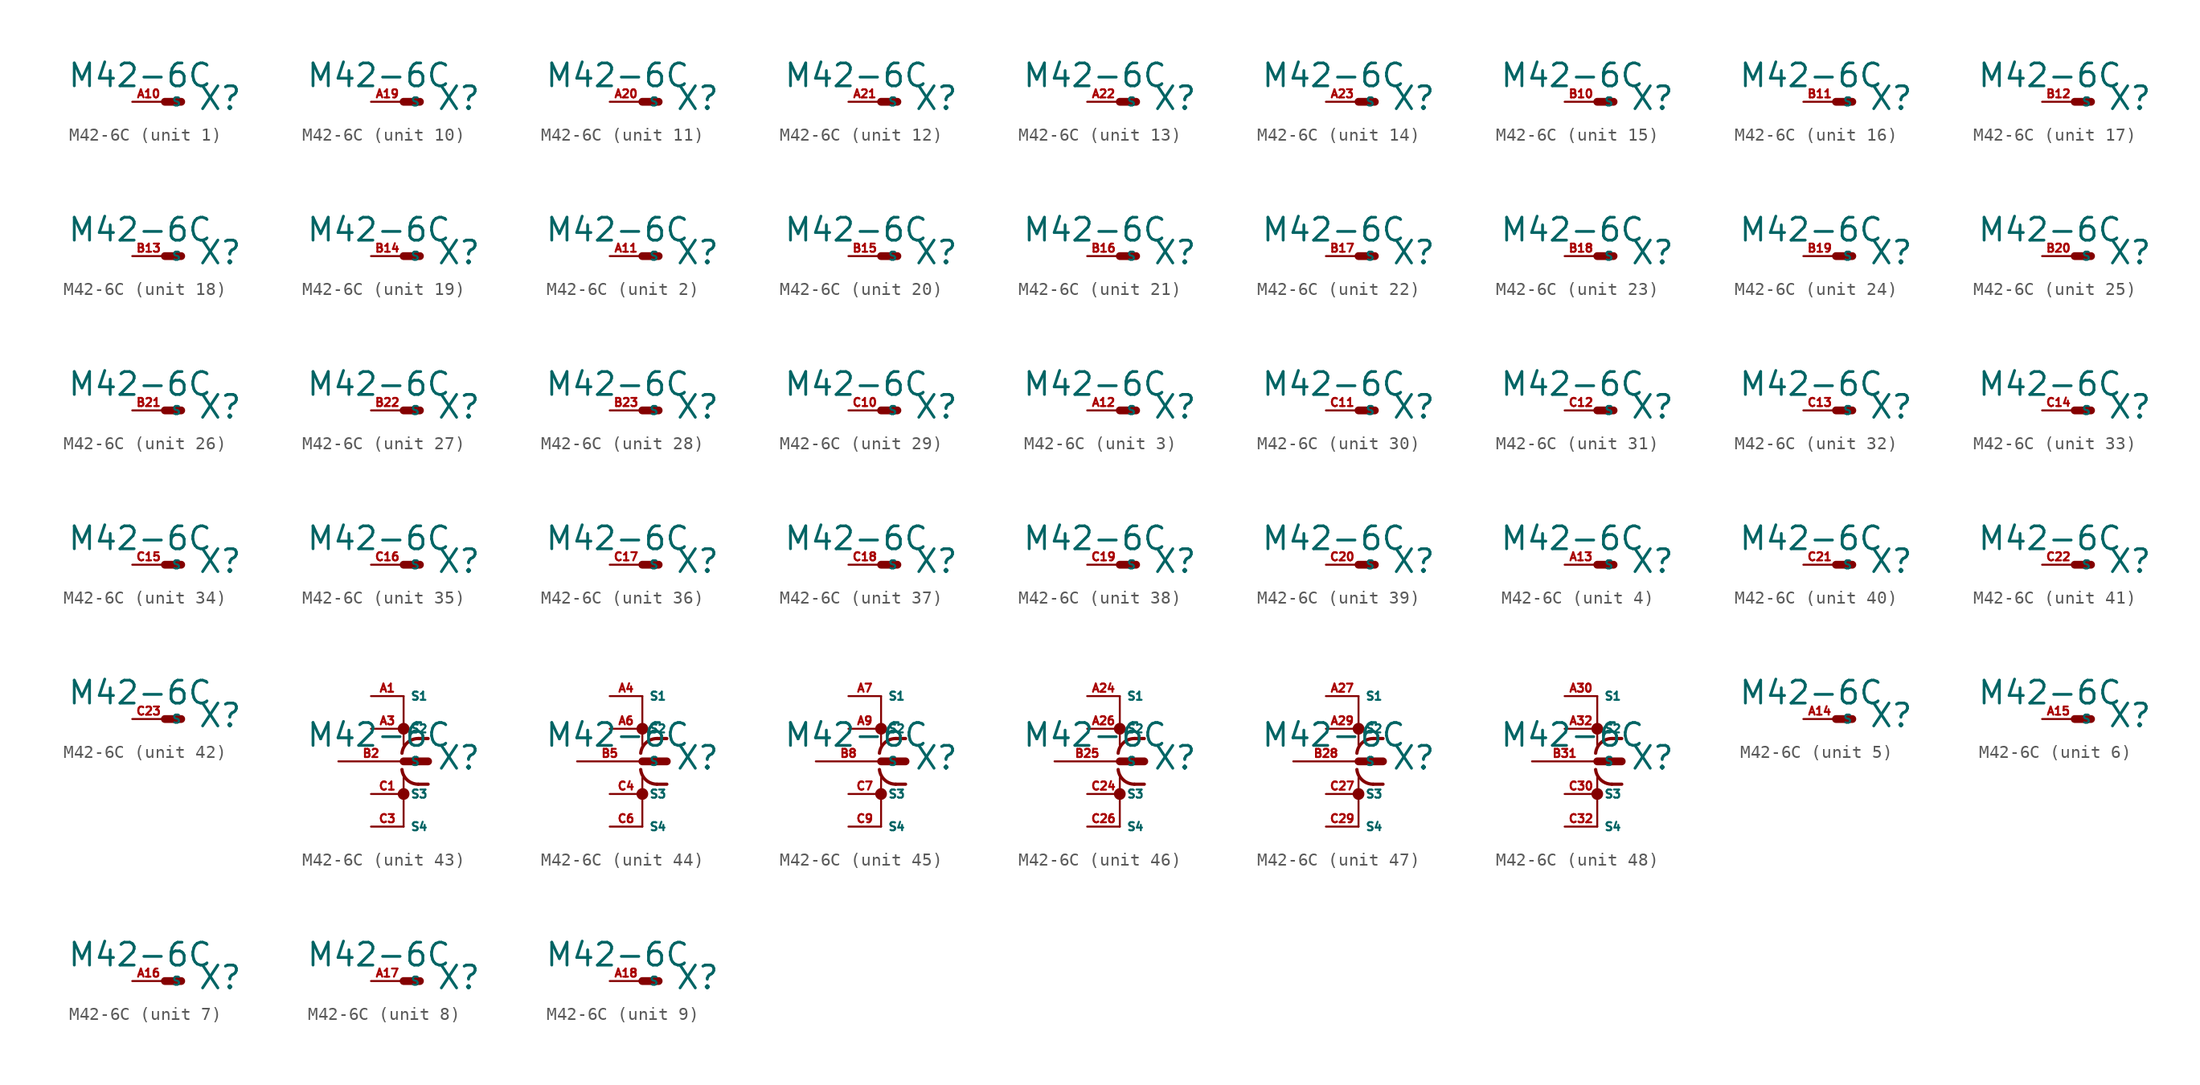
<source format=kicad_sym>
(kicad_symbol_lib
  (version 20220914)
  (generator Eagle2Kicad)
  (symbol "M42-6C"
    (property "Reference" "X"
      (at 2.54 -0.762 0)
      (effects (font (size 1.778 1.778) (thickness 0.22)) (justify left bottom)))
    (property "Value" "M42-6C"
      (at -7.62 1.016 0)
      (effects (font (size 1.778 1.778) (thickness 0.22)) (justify left bottom)))
    (symbol "M42-6C_1_0"
      (polyline (pts (xy 0 0) (xy 1.27 0)) (stroke (width 0.61) (type default)) (fill (type none)))
      (pin passive line (at -2.54 0 0) (length 2.54) (name "S" (effects (font (size 0.635 0.635) (thickness 0.08)) (justify left bottom))) (number "A10" (effects (font (size 0.635 0.635) (thickness 0.08)) (justify left bottom)))))
    (symbol "M42-6C_2_0"
      (polyline (pts (xy 0 0) (xy 1.27 0)) (stroke (width 0.61) (type default)) (fill (type none)))
      (pin passive line (at -2.54 0 0) (length 2.54) (name "S" (effects (font (size 0.635 0.635) (thickness 0.08)) (justify left bottom))) (number "A11" (effects (font (size 0.635 0.635) (thickness 0.08)) (justify left bottom)))))
    (symbol "M42-6C_3_0"
      (polyline (pts (xy 0 0) (xy 1.27 0)) (stroke (width 0.61) (type default)) (fill (type none)))
      (pin passive line (at -2.54 0 0) (length 2.54) (name "S" (effects (font (size 0.635 0.635) (thickness 0.08)) (justify left bottom))) (number "A12" (effects (font (size 0.635 0.635) (thickness 0.08)) (justify left bottom)))))
    (symbol "M42-6C_4_0"
      (polyline (pts (xy 0 0) (xy 1.27 0)) (stroke (width 0.61) (type default)) (fill (type none)))
      (pin passive line (at -2.54 0 0) (length 2.54) (name "S" (effects (font (size 0.635 0.635) (thickness 0.08)) (justify left bottom))) (number "A13" (effects (font (size 0.635 0.635) (thickness 0.08)) (justify left bottom)))))
    (symbol "M42-6C_5_0"
      (polyline (pts (xy 0 0) (xy 1.27 0)) (stroke (width 0.61) (type default)) (fill (type none)))
      (pin passive line (at -2.54 0 0) (length 2.54) (name "S" (effects (font (size 0.635 0.635) (thickness 0.08)) (justify left bottom))) (number "A14" (effects (font (size 0.635 0.635) (thickness 0.08)) (justify left bottom)))))
    (symbol "M42-6C_6_0"
      (polyline (pts (xy 0 0) (xy 1.27 0)) (stroke (width 0.61) (type default)) (fill (type none)))
      (pin passive line (at -2.54 0 0) (length 2.54) (name "S" (effects (font (size 0.635 0.635) (thickness 0.08)) (justify left bottom))) (number "A15" (effects (font (size 0.635 0.635) (thickness 0.08)) (justify left bottom)))))
    (symbol "M42-6C_7_0"
      (polyline (pts (xy 0 0) (xy 1.27 0)) (stroke (width 0.61) (type default)) (fill (type none)))
      (pin passive line (at -2.54 0 0) (length 2.54) (name "S" (effects (font (size 0.635 0.635) (thickness 0.08)) (justify left bottom))) (number "A16" (effects (font (size 0.635 0.635) (thickness 0.08)) (justify left bottom)))))
    (symbol "M42-6C_8_0"
      (polyline (pts (xy 0 0) (xy 1.27 0)) (stroke (width 0.61) (type default)) (fill (type none)))
      (pin passive line (at -2.54 0 0) (length 2.54) (name "S" (effects (font (size 0.635 0.635) (thickness 0.08)) (justify left bottom))) (number "A17" (effects (font (size 0.635 0.635) (thickness 0.08)) (justify left bottom)))))
    (symbol "M42-6C_9_0"
      (polyline (pts (xy 0 0) (xy 1.27 0)) (stroke (width 0.61) (type default)) (fill (type none)))
      (pin passive line (at -2.54 0 0) (length 2.54) (name "S" (effects (font (size 0.635 0.635) (thickness 0.08)) (justify left bottom))) (number "A18" (effects (font (size 0.635 0.635) (thickness 0.08)) (justify left bottom)))))
    (symbol "M42-6C_10_0"
      (polyline (pts (xy 0 0) (xy 1.27 0)) (stroke (width 0.61) (type default)) (fill (type none)))
      (pin passive line (at -2.54 0 0) (length 2.54) (name "S" (effects (font (size 0.635 0.635) (thickness 0.08)) (justify left bottom))) (number "A19" (effects (font (size 0.635 0.635) (thickness 0.08)) (justify left bottom)))))
    (symbol "M42-6C_11_0"
      (polyline (pts (xy 0 0) (xy 1.27 0)) (stroke (width 0.61) (type default)) (fill (type none)))
      (pin passive line (at -2.54 0 0) (length 2.54) (name "S" (effects (font (size 0.635 0.635) (thickness 0.08)) (justify left bottom))) (number "A20" (effects (font (size 0.635 0.635) (thickness 0.08)) (justify left bottom)))))
    (symbol "M42-6C_12_0"
      (polyline (pts (xy 0 0) (xy 1.27 0)) (stroke (width 0.61) (type default)) (fill (type none)))
      (pin passive line (at -2.54 0 0) (length 2.54) (name "S" (effects (font (size 0.635 0.635) (thickness 0.08)) (justify left bottom))) (number "A21" (effects (font (size 0.635 0.635) (thickness 0.08)) (justify left bottom)))))
    (symbol "M42-6C_13_0"
      (polyline (pts (xy 0 0) (xy 1.27 0)) (stroke (width 0.61) (type default)) (fill (type none)))
      (pin passive line (at -2.54 0 0) (length 2.54) (name "S" (effects (font (size 0.635 0.635) (thickness 0.08)) (justify left bottom))) (number "A22" (effects (font (size 0.635 0.635) (thickness 0.08)) (justify left bottom)))))
    (symbol "M42-6C_14_0"
      (polyline (pts (xy 0 0) (xy 1.27 0)) (stroke (width 0.61) (type default)) (fill (type none)))
      (pin passive line (at -2.54 0 0) (length 2.54) (name "S" (effects (font (size 0.635 0.635) (thickness 0.08)) (justify left bottom))) (number "A23" (effects (font (size 0.635 0.635) (thickness 0.08)) (justify left bottom)))))
    (symbol "M42-6C_15_0"
      (polyline (pts (xy 0 0) (xy 1.27 0)) (stroke (width 0.61) (type default)) (fill (type none)))
      (pin passive line (at -2.54 0 0) (length 2.54) (name "S" (effects (font (size 0.635 0.635) (thickness 0.08)) (justify left bottom))) (number "B10" (effects (font (size 0.635 0.635) (thickness 0.08)) (justify left bottom)))))
    (symbol "M42-6C_16_0"
      (polyline (pts (xy 0 0) (xy 1.27 0)) (stroke (width 0.61) (type default)) (fill (type none)))
      (pin passive line (at -2.54 0 0) (length 2.54) (name "S" (effects (font (size 0.635 0.635) (thickness 0.08)) (justify left bottom))) (number "B11" (effects (font (size 0.635 0.635) (thickness 0.08)) (justify left bottom)))))
    (symbol "M42-6C_17_0"
      (polyline (pts (xy 0 0) (xy 1.27 0)) (stroke (width 0.61) (type default)) (fill (type none)))
      (pin passive line (at -2.54 0 0) (length 2.54) (name "S" (effects (font (size 0.635 0.635) (thickness 0.08)) (justify left bottom))) (number "B12" (effects (font (size 0.635 0.635) (thickness 0.08)) (justify left bottom)))))
    (symbol "M42-6C_18_0"
      (polyline (pts (xy 0 0) (xy 1.27 0)) (stroke (width 0.61) (type default)) (fill (type none)))
      (pin passive line (at -2.54 0 0) (length 2.54) (name "S" (effects (font (size 0.635 0.635) (thickness 0.08)) (justify left bottom))) (number "B13" (effects (font (size 0.635 0.635) (thickness 0.08)) (justify left bottom)))))
    (symbol "M42-6C_19_0"
      (polyline (pts (xy 0 0) (xy 1.27 0)) (stroke (width 0.61) (type default)) (fill (type none)))
      (pin passive line (at -2.54 0 0) (length 2.54) (name "S" (effects (font (size 0.635 0.635) (thickness 0.08)) (justify left bottom))) (number "B14" (effects (font (size 0.635 0.635) (thickness 0.08)) (justify left bottom)))))
    (symbol "M42-6C_20_0"
      (polyline (pts (xy 0 0) (xy 1.27 0)) (stroke (width 0.61) (type default)) (fill (type none)))
      (pin passive line (at -2.54 0 0) (length 2.54) (name "S" (effects (font (size 0.635 0.635) (thickness 0.08)) (justify left bottom))) (number "B15" (effects (font (size 0.635 0.635) (thickness 0.08)) (justify left bottom)))))
    (symbol "M42-6C_21_0"
      (polyline (pts (xy 0 0) (xy 1.27 0)) (stroke (width 0.61) (type default)) (fill (type none)))
      (pin passive line (at -2.54 0 0) (length 2.54) (name "S" (effects (font (size 0.635 0.635) (thickness 0.08)) (justify left bottom))) (number "B16" (effects (font (size 0.635 0.635) (thickness 0.08)) (justify left bottom)))))
    (symbol "M42-6C_22_0"
      (polyline (pts (xy 0 0) (xy 1.27 0)) (stroke (width 0.61) (type default)) (fill (type none)))
      (pin passive line (at -2.54 0 0) (length 2.54) (name "S" (effects (font (size 0.635 0.635) (thickness 0.08)) (justify left bottom))) (number "B17" (effects (font (size 0.635 0.635) (thickness 0.08)) (justify left bottom)))))
    (symbol "M42-6C_23_0"
      (polyline (pts (xy 0 0) (xy 1.27 0)) (stroke (width 0.61) (type default)) (fill (type none)))
      (pin passive line (at -2.54 0 0) (length 2.54) (name "S" (effects (font (size 0.635 0.635) (thickness 0.08)) (justify left bottom))) (number "B18" (effects (font (size 0.635 0.635) (thickness 0.08)) (justify left bottom)))))
    (symbol "M42-6C_24_0"
      (polyline (pts (xy 0 0) (xy 1.27 0)) (stroke (width 0.61) (type default)) (fill (type none)))
      (pin passive line (at -2.54 0 0) (length 2.54) (name "S" (effects (font (size 0.635 0.635) (thickness 0.08)) (justify left bottom))) (number "B19" (effects (font (size 0.635 0.635) (thickness 0.08)) (justify left bottom)))))
    (symbol "M42-6C_25_0"
      (polyline (pts (xy 0 0) (xy 1.27 0)) (stroke (width 0.61) (type default)) (fill (type none)))
      (pin passive line (at -2.54 0 0) (length 2.54) (name "S" (effects (font (size 0.635 0.635) (thickness 0.08)) (justify left bottom))) (number "B20" (effects (font (size 0.635 0.635) (thickness 0.08)) (justify left bottom)))))
    (symbol "M42-6C_26_0"
      (polyline (pts (xy 0 0) (xy 1.27 0)) (stroke (width 0.61) (type default)) (fill (type none)))
      (pin passive line (at -2.54 0 0) (length 2.54) (name "S" (effects (font (size 0.635 0.635) (thickness 0.08)) (justify left bottom))) (number "B21" (effects (font (size 0.635 0.635) (thickness 0.08)) (justify left bottom)))))
    (symbol "M42-6C_27_0"
      (polyline (pts (xy 0 0) (xy 1.27 0)) (stroke (width 0.61) (type default)) (fill (type none)))
      (pin passive line (at -2.54 0 0) (length 2.54) (name "S" (effects (font (size 0.635 0.635) (thickness 0.08)) (justify left bottom))) (number "B22" (effects (font (size 0.635 0.635) (thickness 0.08)) (justify left bottom)))))
    (symbol "M42-6C_28_0"
      (polyline (pts (xy 0 0) (xy 1.27 0)) (stroke (width 0.61) (type default)) (fill (type none)))
      (pin passive line (at -2.54 0 0) (length 2.54) (name "S" (effects (font (size 0.635 0.635) (thickness 0.08)) (justify left bottom))) (number "B23" (effects (font (size 0.635 0.635) (thickness 0.08)) (justify left bottom)))))
    (symbol "M42-6C_29_0"
      (polyline (pts (xy 0 0) (xy 1.27 0)) (stroke (width 0.61) (type default)) (fill (type none)))
      (pin passive line (at -2.54 0 0) (length 2.54) (name "S" (effects (font (size 0.635 0.635) (thickness 0.08)) (justify left bottom))) (number "C10" (effects (font (size 0.635 0.635) (thickness 0.08)) (justify left bottom)))))
    (symbol "M42-6C_30_0"
      (polyline (pts (xy 0 0) (xy 1.27 0)) (stroke (width 0.61) (type default)) (fill (type none)))
      (pin passive line (at -2.54 0 0) (length 2.54) (name "S" (effects (font (size 0.635 0.635) (thickness 0.08)) (justify left bottom))) (number "C11" (effects (font (size 0.635 0.635) (thickness 0.08)) (justify left bottom)))))
    (symbol "M42-6C_31_0"
      (polyline (pts (xy 0 0) (xy 1.27 0)) (stroke (width 0.61) (type default)) (fill (type none)))
      (pin passive line (at -2.54 0 0) (length 2.54) (name "S" (effects (font (size 0.635 0.635) (thickness 0.08)) (justify left bottom))) (number "C12" (effects (font (size 0.635 0.635) (thickness 0.08)) (justify left bottom)))))
    (symbol "M42-6C_32_0"
      (polyline (pts (xy 0 0) (xy 1.27 0)) (stroke (width 0.61) (type default)) (fill (type none)))
      (pin passive line (at -2.54 0 0) (length 2.54) (name "S" (effects (font (size 0.635 0.635) (thickness 0.08)) (justify left bottom))) (number "C13" (effects (font (size 0.635 0.635) (thickness 0.08)) (justify left bottom)))))
    (symbol "M42-6C_33_0"
      (polyline (pts (xy 0 0) (xy 1.27 0)) (stroke (width 0.61) (type default)) (fill (type none)))
      (pin passive line (at -2.54 0 0) (length 2.54) (name "S" (effects (font (size 0.635 0.635) (thickness 0.08)) (justify left bottom))) (number "C14" (effects (font (size 0.635 0.635) (thickness 0.08)) (justify left bottom)))))
    (symbol "M42-6C_34_0"
      (polyline (pts (xy 0 0) (xy 1.27 0)) (stroke (width 0.61) (type default)) (fill (type none)))
      (pin passive line (at -2.54 0 0) (length 2.54) (name "S" (effects (font (size 0.635 0.635) (thickness 0.08)) (justify left bottom))) (number "C15" (effects (font (size 0.635 0.635) (thickness 0.08)) (justify left bottom)))))
    (symbol "M42-6C_35_0"
      (polyline (pts (xy 0 0) (xy 1.27 0)) (stroke (width 0.61) (type default)) (fill (type none)))
      (pin passive line (at -2.54 0 0) (length 2.54) (name "S" (effects (font (size 0.635 0.635) (thickness 0.08)) (justify left bottom))) (number "C16" (effects (font (size 0.635 0.635) (thickness 0.08)) (justify left bottom)))))
    (symbol "M42-6C_36_0"
      (polyline (pts (xy 0 0) (xy 1.27 0)) (stroke (width 0.61) (type default)) (fill (type none)))
      (pin passive line (at -2.54 0 0) (length 2.54) (name "S" (effects (font (size 0.635 0.635) (thickness 0.08)) (justify left bottom))) (number "C17" (effects (font (size 0.635 0.635) (thickness 0.08)) (justify left bottom)))))
    (symbol "M42-6C_37_0"
      (polyline (pts (xy 0 0) (xy 1.27 0)) (stroke (width 0.61) (type default)) (fill (type none)))
      (pin passive line (at -2.54 0 0) (length 2.54) (name "S" (effects (font (size 0.635 0.635) (thickness 0.08)) (justify left bottom))) (number "C18" (effects (font (size 0.635 0.635) (thickness 0.08)) (justify left bottom)))))
    (symbol "M42-6C_38_0"
      (polyline (pts (xy 0 0) (xy 1.27 0)) (stroke (width 0.61) (type default)) (fill (type none)))
      (pin passive line (at -2.54 0 0) (length 2.54) (name "S" (effects (font (size 0.635 0.635) (thickness 0.08)) (justify left bottom))) (number "C19" (effects (font (size 0.635 0.635) (thickness 0.08)) (justify left bottom)))))
    (symbol "M42-6C_39_0"
      (polyline (pts (xy 0 0) (xy 1.27 0)) (stroke (width 0.61) (type default)) (fill (type none)))
      (pin passive line (at -2.54 0 0) (length 2.54) (name "S" (effects (font (size 0.635 0.635) (thickness 0.08)) (justify left bottom))) (number "C20" (effects (font (size 0.635 0.635) (thickness 0.08)) (justify left bottom)))))
    (symbol "M42-6C_40_0"
      (polyline (pts (xy 0 0) (xy 1.27 0)) (stroke (width 0.61) (type default)) (fill (type none)))
      (pin passive line (at -2.54 0 0) (length 2.54) (name "S" (effects (font (size 0.635 0.635) (thickness 0.08)) (justify left bottom))) (number "C21" (effects (font (size 0.635 0.635) (thickness 0.08)) (justify left bottom)))))
    (symbol "M42-6C_41_0"
      (polyline (pts (xy 0 0) (xy 1.27 0)) (stroke (width 0.61) (type default)) (fill (type none)))
      (pin passive line (at -2.54 0 0) (length 2.54) (name "S" (effects (font (size 0.635 0.635) (thickness 0.08)) (justify left bottom))) (number "C22" (effects (font (size 0.635 0.635) (thickness 0.08)) (justify left bottom)))))
    (symbol "M42-6C_42_0"
      (polyline (pts (xy 0 0) (xy 1.27 0)) (stroke (width 0.61) (type default)) (fill (type none)))
      (pin passive line (at -2.54 0 0) (length 2.54) (name "S" (effects (font (size 0.635 0.635) (thickness 0.08)) (justify left bottom))) (number "C23" (effects (font (size 0.635 0.635) (thickness 0.08)) (justify left bottom)))))
    (symbol "M42-6C_43_0"
      (polyline (pts (xy 0 0) (xy 1.905 0)) (stroke (width 0.61) (type default)) (fill (type none)))
      (polyline (pts (xy 0 5.08) (xy 0 1.27)) (stroke (width 0.152) (type default)) (fill (type none)))
      (polyline (pts (xy 0 -5.08) (xy 0 -1.27)) (stroke (width 0.152) (type default)) (fill (type none)))
      (polyline (pts (xy 1.905 1.778) (xy 1.143 1.778)) (stroke (width 0.254) (type default)) (fill (type none)))
      (polyline (pts (xy 1.905 -1.778) (xy 1.143 -1.778)) (stroke (width 0.254) (type default)) (fill (type none)))
      (arc (start 1.143 1.778) (mid 0.287 1.452) (end -0.127 0.635) (stroke (width 0.254) (type default)) (fill (type none)))
      (arc (start -0.127 -0.635) (mid 0.287 -1.452) (end 1.143 -1.778) (stroke (width 0.254) (type default)) (fill (type none)))
      (circle (center 0 2.54) (radius 0.254) (stroke (width 0.406) (type default)) (fill (type none)))
      (circle (center 0 -2.54) (radius 0.254) (stroke (width 0.406) (type default)) (fill (type none)))
      (pin passive line (at -5.08 0 0) (length 5.08) (name "S" (effects (font (size 0.635 0.635) (thickness 0.08)) (justify left bottom))) (number "B2" (effects (font (size 0.635 0.635) (thickness 0.08)) (justify left bottom))))
      (pin passive line (at -2.54 5.08 0) (length 2.54) (name "S1" (effects (font (size 0.635 0.635) (thickness 0.08)) (justify left bottom))) (number "A1" (effects (font (size 0.635 0.635) (thickness 0.08)) (justify left bottom))))
      (pin passive line (at -2.54 2.54 0) (length 2.54) (name "S2" (effects (font (size 0.635 0.635) (thickness 0.08)) (justify left bottom))) (number "A3" (effects (font (size 0.635 0.635) (thickness 0.08)) (justify left bottom))))
      (pin passive line (at -2.54 -2.54 0) (length 2.54) (name "S3" (effects (font (size 0.635 0.635) (thickness 0.08)) (justify left bottom))) (number "C1" (effects (font (size 0.635 0.635) (thickness 0.08)) (justify left bottom))))
      (pin passive line (at -2.54 -5.08 0) (length 2.54) (name "S4" (effects (font (size 0.635 0.635) (thickness 0.08)) (justify left bottom))) (number "C3" (effects (font (size 0.635 0.635) (thickness 0.08)) (justify left bottom)))))
    (symbol "M42-6C_44_0"
      (polyline (pts (xy 0 0) (xy 1.905 0)) (stroke (width 0.61) (type default)) (fill (type none)))
      (polyline (pts (xy 0 5.08) (xy 0 1.27)) (stroke (width 0.152) (type default)) (fill (type none)))
      (polyline (pts (xy 0 -5.08) (xy 0 -1.27)) (stroke (width 0.152) (type default)) (fill (type none)))
      (polyline (pts (xy 1.905 1.778) (xy 1.143 1.778)) (stroke (width 0.254) (type default)) (fill (type none)))
      (polyline (pts (xy 1.905 -1.778) (xy 1.143 -1.778)) (stroke (width 0.254) (type default)) (fill (type none)))
      (arc (start 1.143 1.778) (mid 0.287 1.452) (end -0.127 0.635) (stroke (width 0.254) (type default)) (fill (type none)))
      (arc (start -0.127 -0.635) (mid 0.287 -1.452) (end 1.143 -1.778) (stroke (width 0.254) (type default)) (fill (type none)))
      (circle (center 0 2.54) (radius 0.254) (stroke (width 0.406) (type default)) (fill (type none)))
      (circle (center 0 -2.54) (radius 0.254) (stroke (width 0.406) (type default)) (fill (type none)))
      (pin passive line (at -5.08 0 0) (length 5.08) (name "S" (effects (font (size 0.635 0.635) (thickness 0.08)) (justify left bottom))) (number "B5" (effects (font (size 0.635 0.635) (thickness 0.08)) (justify left bottom))))
      (pin passive line (at -2.54 5.08 0) (length 2.54) (name "S1" (effects (font (size 0.635 0.635) (thickness 0.08)) (justify left bottom))) (number "A4" (effects (font (size 0.635 0.635) (thickness 0.08)) (justify left bottom))))
      (pin passive line (at -2.54 2.54 0) (length 2.54) (name "S2" (effects (font (size 0.635 0.635) (thickness 0.08)) (justify left bottom))) (number "A6" (effects (font (size 0.635 0.635) (thickness 0.08)) (justify left bottom))))
      (pin passive line (at -2.54 -2.54 0) (length 2.54) (name "S3" (effects (font (size 0.635 0.635) (thickness 0.08)) (justify left bottom))) (number "C4" (effects (font (size 0.635 0.635) (thickness 0.08)) (justify left bottom))))
      (pin passive line (at -2.54 -5.08 0) (length 2.54) (name "S4" (effects (font (size 0.635 0.635) (thickness 0.08)) (justify left bottom))) (number "C6" (effects (font (size 0.635 0.635) (thickness 0.08)) (justify left bottom)))))
    (symbol "M42-6C_45_0"
      (polyline (pts (xy 0 0) (xy 1.905 0)) (stroke (width 0.61) (type default)) (fill (type none)))
      (polyline (pts (xy 0 5.08) (xy 0 1.27)) (stroke (width 0.152) (type default)) (fill (type none)))
      (polyline (pts (xy 0 -5.08) (xy 0 -1.27)) (stroke (width 0.152) (type default)) (fill (type none)))
      (polyline (pts (xy 1.905 1.778) (xy 1.143 1.778)) (stroke (width 0.254) (type default)) (fill (type none)))
      (polyline (pts (xy 1.905 -1.778) (xy 1.143 -1.778)) (stroke (width 0.254) (type default)) (fill (type none)))
      (arc (start 1.143 1.778) (mid 0.287 1.452) (end -0.127 0.635) (stroke (width 0.254) (type default)) (fill (type none)))
      (arc (start -0.127 -0.635) (mid 0.287 -1.452) (end 1.143 -1.778) (stroke (width 0.254) (type default)) (fill (type none)))
      (circle (center 0 2.54) (radius 0.254) (stroke (width 0.406) (type default)) (fill (type none)))
      (circle (center 0 -2.54) (radius 0.254) (stroke (width 0.406) (type default)) (fill (type none)))
      (pin passive line (at -5.08 0 0) (length 5.08) (name "S" (effects (font (size 0.635 0.635) (thickness 0.08)) (justify left bottom))) (number "B8" (effects (font (size 0.635 0.635) (thickness 0.08)) (justify left bottom))))
      (pin passive line (at -2.54 5.08 0) (length 2.54) (name "S1" (effects (font (size 0.635 0.635) (thickness 0.08)) (justify left bottom))) (number "A7" (effects (font (size 0.635 0.635) (thickness 0.08)) (justify left bottom))))
      (pin passive line (at -2.54 2.54 0) (length 2.54) (name "S2" (effects (font (size 0.635 0.635) (thickness 0.08)) (justify left bottom))) (number "A9" (effects (font (size 0.635 0.635) (thickness 0.08)) (justify left bottom))))
      (pin passive line (at -2.54 -2.54 0) (length 2.54) (name "S3" (effects (font (size 0.635 0.635) (thickness 0.08)) (justify left bottom))) (number "C7" (effects (font (size 0.635 0.635) (thickness 0.08)) (justify left bottom))))
      (pin passive line (at -2.54 -5.08 0) (length 2.54) (name "S4" (effects (font (size 0.635 0.635) (thickness 0.08)) (justify left bottom))) (number "C9" (effects (font (size 0.635 0.635) (thickness 0.08)) (justify left bottom)))))
    (symbol "M42-6C_46_0"
      (polyline (pts (xy 0 0) (xy 1.905 0)) (stroke (width 0.61) (type default)) (fill (type none)))
      (polyline (pts (xy 0 5.08) (xy 0 1.27)) (stroke (width 0.152) (type default)) (fill (type none)))
      (polyline (pts (xy 0 -5.08) (xy 0 -1.27)) (stroke (width 0.152) (type default)) (fill (type none)))
      (polyline (pts (xy 1.905 1.778) (xy 1.143 1.778)) (stroke (width 0.254) (type default)) (fill (type none)))
      (polyline (pts (xy 1.905 -1.778) (xy 1.143 -1.778)) (stroke (width 0.254) (type default)) (fill (type none)))
      (arc (start 1.143 1.778) (mid 0.287 1.452) (end -0.127 0.635) (stroke (width 0.254) (type default)) (fill (type none)))
      (arc (start -0.127 -0.635) (mid 0.287 -1.452) (end 1.143 -1.778) (stroke (width 0.254) (type default)) (fill (type none)))
      (circle (center 0 2.54) (radius 0.254) (stroke (width 0.406) (type default)) (fill (type none)))
      (circle (center 0 -2.54) (radius 0.254) (stroke (width 0.406) (type default)) (fill (type none)))
      (pin passive line (at -5.08 0 0) (length 5.08) (name "S" (effects (font (size 0.635 0.635) (thickness 0.08)) (justify left bottom))) (number "B25" (effects (font (size 0.635 0.635) (thickness 0.08)) (justify left bottom))))
      (pin passive line (at -2.54 5.08 0) (length 2.54) (name "S1" (effects (font (size 0.635 0.635) (thickness 0.08)) (justify left bottom))) (number "A24" (effects (font (size 0.635 0.635) (thickness 0.08)) (justify left bottom))))
      (pin passive line (at -2.54 2.54 0) (length 2.54) (name "S2" (effects (font (size 0.635 0.635) (thickness 0.08)) (justify left bottom))) (number "A26" (effects (font (size 0.635 0.635) (thickness 0.08)) (justify left bottom))))
      (pin passive line (at -2.54 -2.54 0) (length 2.54) (name "S3" (effects (font (size 0.635 0.635) (thickness 0.08)) (justify left bottom))) (number "C24" (effects (font (size 0.635 0.635) (thickness 0.08)) (justify left bottom))))
      (pin passive line (at -2.54 -5.08 0) (length 2.54) (name "S4" (effects (font (size 0.635 0.635) (thickness 0.08)) (justify left bottom))) (number "C26" (effects (font (size 0.635 0.635) (thickness 0.08)) (justify left bottom)))))
    (symbol "M42-6C_47_0"
      (polyline (pts (xy 0 0) (xy 1.905 0)) (stroke (width 0.61) (type default)) (fill (type none)))
      (polyline (pts (xy 0 5.08) (xy 0 1.27)) (stroke (width 0.152) (type default)) (fill (type none)))
      (polyline (pts (xy 0 -5.08) (xy 0 -1.27)) (stroke (width 0.152) (type default)) (fill (type none)))
      (polyline (pts (xy 1.905 1.778) (xy 1.143 1.778)) (stroke (width 0.254) (type default)) (fill (type none)))
      (polyline (pts (xy 1.905 -1.778) (xy 1.143 -1.778)) (stroke (width 0.254) (type default)) (fill (type none)))
      (arc (start 1.143 1.778) (mid 0.287 1.452) (end -0.127 0.635) (stroke (width 0.254) (type default)) (fill (type none)))
      (arc (start -0.127 -0.635) (mid 0.287 -1.452) (end 1.143 -1.778) (stroke (width 0.254) (type default)) (fill (type none)))
      (circle (center 0 2.54) (radius 0.254) (stroke (width 0.406) (type default)) (fill (type none)))
      (circle (center 0 -2.54) (radius 0.254) (stroke (width 0.406) (type default)) (fill (type none)))
      (pin passive line (at -5.08 0 0) (length 5.08) (name "S" (effects (font (size 0.635 0.635) (thickness 0.08)) (justify left bottom))) (number "B28" (effects (font (size 0.635 0.635) (thickness 0.08)) (justify left bottom))))
      (pin passive line (at -2.54 5.08 0) (length 2.54) (name "S1" (effects (font (size 0.635 0.635) (thickness 0.08)) (justify left bottom))) (number "A27" (effects (font (size 0.635 0.635) (thickness 0.08)) (justify left bottom))))
      (pin passive line (at -2.54 2.54 0) (length 2.54) (name "S2" (effects (font (size 0.635 0.635) (thickness 0.08)) (justify left bottom))) (number "A29" (effects (font (size 0.635 0.635) (thickness 0.08)) (justify left bottom))))
      (pin passive line (at -2.54 -2.54 0) (length 2.54) (name "S3" (effects (font (size 0.635 0.635) (thickness 0.08)) (justify left bottom))) (number "C27" (effects (font (size 0.635 0.635) (thickness 0.08)) (justify left bottom))))
      (pin passive line (at -2.54 -5.08 0) (length 2.54) (name "S4" (effects (font (size 0.635 0.635) (thickness 0.08)) (justify left bottom))) (number "C29" (effects (font (size 0.635 0.635) (thickness 0.08)) (justify left bottom)))))
    (symbol "M42-6C_48_0"
      (polyline (pts (xy 0 0) (xy 1.905 0)) (stroke (width 0.61) (type default)) (fill (type none)))
      (polyline (pts (xy 0 5.08) (xy 0 1.27)) (stroke (width 0.152) (type default)) (fill (type none)))
      (polyline (pts (xy 0 -5.08) (xy 0 -1.27)) (stroke (width 0.152) (type default)) (fill (type none)))
      (polyline (pts (xy 1.905 1.778) (xy 1.143 1.778)) (stroke (width 0.254) (type default)) (fill (type none)))
      (polyline (pts (xy 1.905 -1.778) (xy 1.143 -1.778)) (stroke (width 0.254) (type default)) (fill (type none)))
      (arc (start 1.143 1.778) (mid 0.287 1.452) (end -0.127 0.635) (stroke (width 0.254) (type default)) (fill (type none)))
      (arc (start -0.127 -0.635) (mid 0.287 -1.452) (end 1.143 -1.778) (stroke (width 0.254) (type default)) (fill (type none)))
      (circle (center 0 2.54) (radius 0.254) (stroke (width 0.406) (type default)) (fill (type none)))
      (circle (center 0 -2.54) (radius 0.254) (stroke (width 0.406) (type default)) (fill (type none)))
      (pin passive line (at -5.08 0 0) (length 5.08) (name "S" (effects (font (size 0.635 0.635) (thickness 0.08)) (justify left bottom))) (number "B31" (effects (font (size 0.635 0.635) (thickness 0.08)) (justify left bottom))))
      (pin passive line (at -2.54 5.08 0) (length 2.54) (name "S1" (effects (font (size 0.635 0.635) (thickness 0.08)) (justify left bottom))) (number "A30" (effects (font (size 0.635 0.635) (thickness 0.08)) (justify left bottom))))
      (pin passive line (at -2.54 2.54 0) (length 2.54) (name "S2" (effects (font (size 0.635 0.635) (thickness 0.08)) (justify left bottom))) (number "A32" (effects (font (size 0.635 0.635) (thickness 0.08)) (justify left bottom))))
      (pin passive line (at -2.54 -2.54 0) (length 2.54) (name "S3" (effects (font (size 0.635 0.635) (thickness 0.08)) (justify left bottom))) (number "C30" (effects (font (size 0.635 0.635) (thickness 0.08)) (justify left bottom))))
      (pin passive line (at -2.54 -5.08 0) (length 2.54) (name "S4" (effects (font (size 0.635 0.635) (thickness 0.08)) (justify left bottom))) (number "C32" (effects (font (size 0.635 0.635) (thickness 0.08)) (justify left bottom)))))))
</source>
